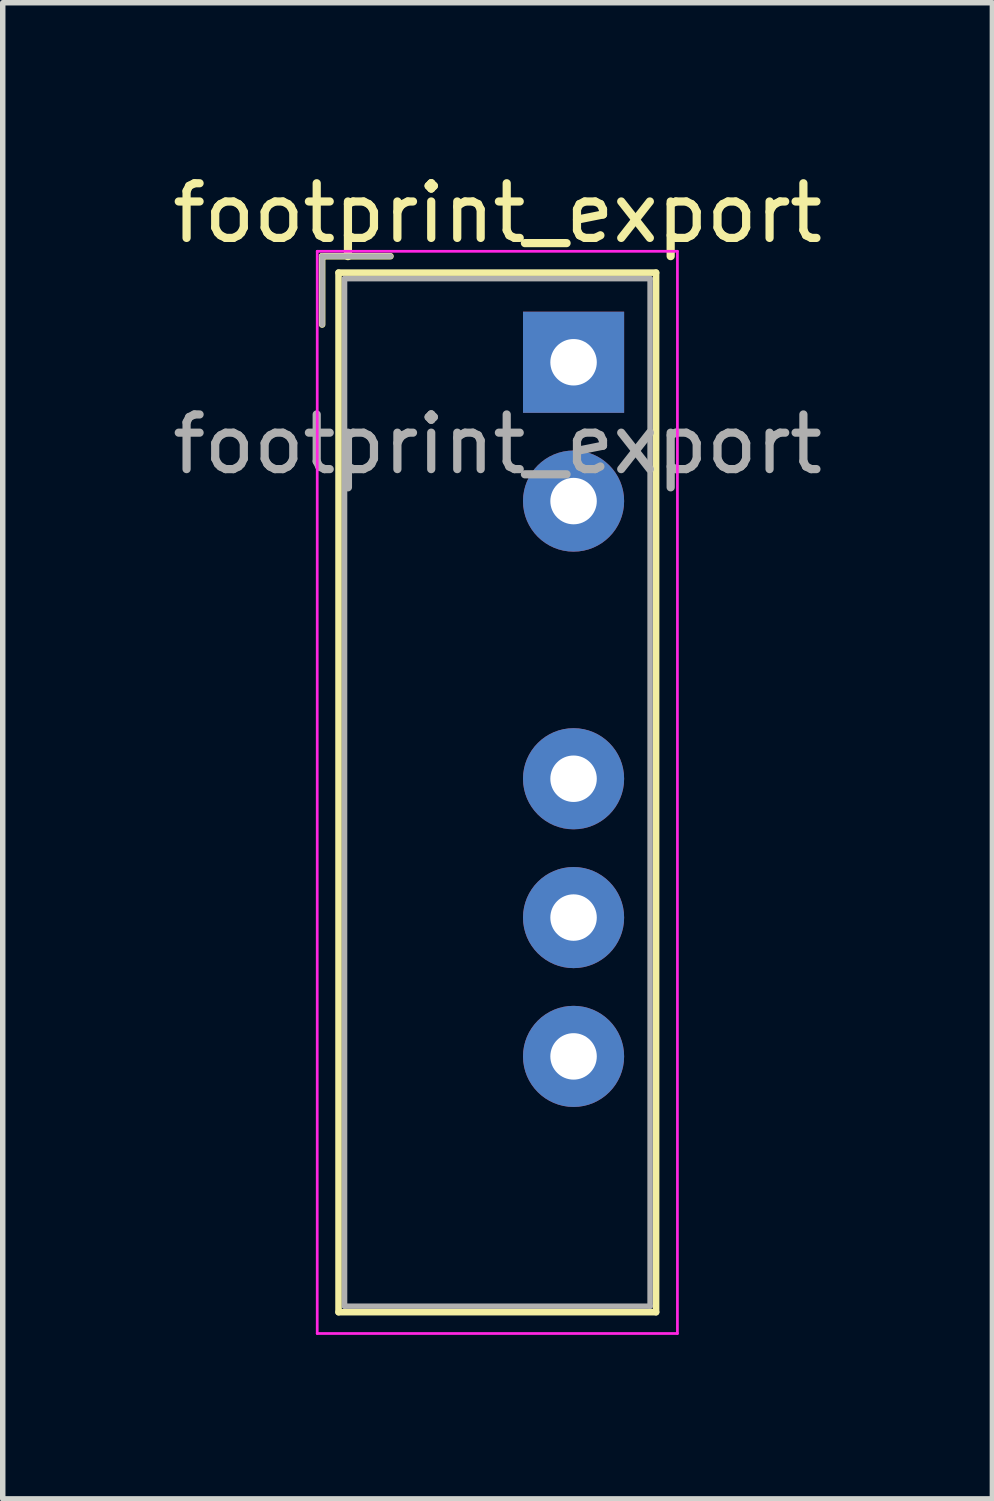
<source format=kicad_pcb>
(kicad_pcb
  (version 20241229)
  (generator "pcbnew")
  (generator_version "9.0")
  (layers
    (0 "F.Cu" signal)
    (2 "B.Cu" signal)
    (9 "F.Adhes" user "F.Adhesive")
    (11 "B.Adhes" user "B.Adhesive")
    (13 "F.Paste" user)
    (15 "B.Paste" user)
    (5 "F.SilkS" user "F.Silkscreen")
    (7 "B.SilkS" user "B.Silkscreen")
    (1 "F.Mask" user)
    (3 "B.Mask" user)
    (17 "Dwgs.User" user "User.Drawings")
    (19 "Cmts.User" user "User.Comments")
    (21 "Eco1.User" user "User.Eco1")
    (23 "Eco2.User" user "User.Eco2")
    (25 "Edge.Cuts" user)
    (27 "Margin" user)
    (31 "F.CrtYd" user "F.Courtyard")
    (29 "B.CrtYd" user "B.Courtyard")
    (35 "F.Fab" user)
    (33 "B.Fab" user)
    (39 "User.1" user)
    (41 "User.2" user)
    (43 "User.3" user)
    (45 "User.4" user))
  (footprint "footprint_export"
    (layer "F.Cu")
    (at 7.444 3.578)
    (property "Reference" "footprint_export" (at -1.39 -2.73 0) (layer "F.SilkS") (effects (font (size 1 1) (thickness 0.15))))
    (attr through_hole)
    (fp_line (start -4.6 -1.94) (end -4.6 -0.69) (stroke (width 0.12) (type solid)) (layer "F.SilkS"))
    (fp_line (start -4.3 -1.64) (end -4.3 17.38) (stroke (width 0.12) (type solid)) (layer "F.SilkS"))
    (fp_line (start -4.3 17.38) (end 1.51 17.38) (stroke (width 0.12) (type solid)) (layer "F.SilkS"))
    (fp_line (start -3.35 -1.94) (end -4.6 -1.94) (stroke (width 0.12) (type solid)) (layer "F.SilkS"))
    (fp_line (start 1.51 -1.64) (end -4.3 -1.64) (stroke (width 0.12) (type solid)) (layer "F.SilkS"))
    (fp_line (start 1.51 17.38) (end 1.51 -1.64) (stroke (width 0.12) (type solid)) (layer "F.SilkS"))
    (fp_line (start -4.69 -2.03) (end -4.69 17.77) (stroke (width 0.05) (type solid)) (layer "F.CrtYd"))
    (fp_line (start -4.69 17.77) (end 1.9 17.77) (stroke (width 0.05) (type solid)) (layer "F.CrtYd"))
    (fp_line (start 1.9 -2.03) (end -4.69 -2.03) (stroke (width 0.05) (type solid)) (layer "F.CrtYd"))
    (fp_line (start 1.9 17.77) (end 1.9 -2.03) (stroke (width 0.05) (type solid)) (layer "F.CrtYd"))
    (fp_line (start -4.6 -1.94) (end -4.6 -0.69) (stroke (width 0.1) (type solid)) (layer "F.Fab"))
    (fp_line (start -4.19 -1.53) (end -4.19 17.27) (stroke (width 0.1) (type solid)) (layer "F.Fab"))
    (fp_line (start -4.19 17.27) (end 1.4 17.27) (stroke (width 0.1) (type solid)) (layer "F.Fab"))
    (fp_line (start -3.35 -1.94) (end -4.6 -1.94) (stroke (width 0.1) (type solid)) (layer "F.Fab"))
    (fp_line (start 1.4 -1.53) (end -4.19 -1.53) (stroke (width 0.1) (type solid)) (layer "F.Fab"))
    (fp_line (start 1.4 17.27) (end 1.4 -1.53) (stroke (width 0.1) (type solid)) (layer "F.Fab"))
    (fp_text user "${REFERENCE}" (at -1.39 1.5 0) (layer "F.Fab") (effects (font (size 1 1) (thickness 0.15))))
    (pad "1" thru_hole rect (at 0 0) (size 1.85 1.85) (drill 0.85) (layers "*.Cu" "*.Mask"))
    (pad "2" thru_hole circle (at 0 2.54) (size 1.85 1.85) (drill 0.85) (layers "*.Cu" "*.Mask"))
    (pad "4" thru_hole circle (at 0 7.62) (size 1.85 1.85) (drill 0.85) (layers "*.Cu" "*.Mask"))
    (pad "5" thru_hole circle (at 0 10.16) (size 1.85 1.85) (drill 0.85) (layers "*.Cu" "*.Mask"))
    (pad "6" thru_hole circle (at 0 12.7) (size 1.85 1.85) (drill 0.85) (layers "*.Cu" "*.Mask")))
  (gr_rect
    (start -3 -3)
    (end 15.107 24.373)
    (stroke (width 0.1) (type default))
    (fill no)
    (layer "Edge.Cuts")))
</source>
